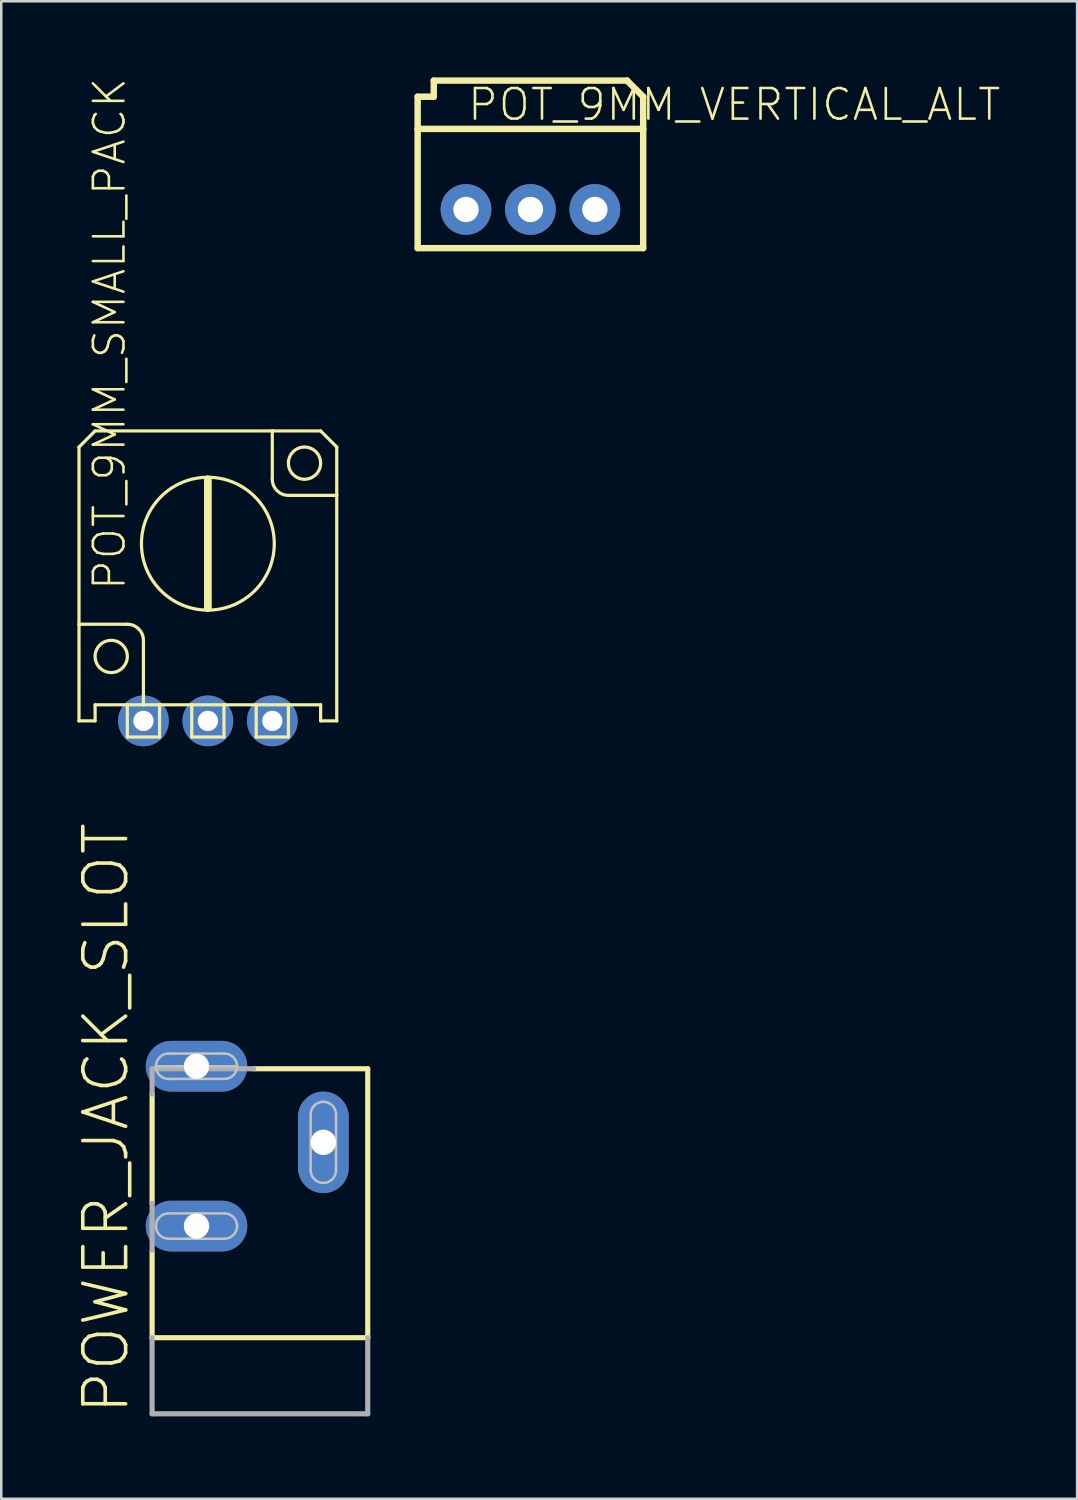
<source format=kicad_pcb>
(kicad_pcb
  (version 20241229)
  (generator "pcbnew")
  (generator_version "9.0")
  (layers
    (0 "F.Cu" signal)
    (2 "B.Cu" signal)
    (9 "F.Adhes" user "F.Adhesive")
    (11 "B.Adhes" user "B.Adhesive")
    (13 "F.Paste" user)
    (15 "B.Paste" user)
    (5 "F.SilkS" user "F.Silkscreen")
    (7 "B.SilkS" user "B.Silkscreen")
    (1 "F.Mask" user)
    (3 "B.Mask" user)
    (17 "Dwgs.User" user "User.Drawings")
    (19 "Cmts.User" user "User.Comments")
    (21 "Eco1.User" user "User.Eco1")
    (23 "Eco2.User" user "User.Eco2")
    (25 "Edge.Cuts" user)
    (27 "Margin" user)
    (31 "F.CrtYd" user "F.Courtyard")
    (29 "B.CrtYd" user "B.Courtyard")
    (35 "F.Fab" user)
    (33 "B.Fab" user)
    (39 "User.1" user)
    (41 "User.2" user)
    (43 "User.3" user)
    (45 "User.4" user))
  (footprint "POT_9MM_SMALL_PACK"
    (layer "F.Cu")
    (at 5.144 21.557)
    (property "Reference" "POT_9MM_SMALL_PACK" (at -3.175 -1.27 90) (layer "F.SilkS") (effects (font (size 1.206 1.206) (thickness 0.102)) (justify left bottom)))
    (attr through_hole)
    (fp_line (start -5.08 -6.985) (end -4.445 -7.62) (stroke (width 0.127) (type solid)) (layer "F.SilkS"))
    (fp_line (start -5.08 0) (end -5.08 -6.985) (stroke (width 0.127) (type solid)) (layer "F.SilkS"))
    (fp_line (start -5.08 0) (end -3.175 0) (stroke (width 0.127) (type solid)) (layer "F.SilkS"))
    (fp_line (start -5.08 3.81) (end -5.08 0) (stroke (width 0.127) (type solid)) (layer "F.SilkS"))
    (fp_line (start -5.08 3.81) (end -4.445 3.81) (stroke (width 0.127) (type solid)) (layer "F.SilkS"))
    (fp_line (start -4.445 -7.62) (end 2.54 -7.62) (stroke (width 0.127) (type solid)) (layer "F.SilkS"))
    (fp_line (start -4.445 3.81) (end -4.445 3.175) (stroke (width 0.127) (type solid)) (layer "F.SilkS"))
    (fp_line (start -3.175 3.175) (end -4.445 3.175) (stroke (width 0.127) (type solid)) (layer "F.SilkS"))
    (fp_line (start -3.175 3.175) (end -3.175 4.445) (stroke (width 0.127) (type solid)) (layer "F.SilkS"))
    (fp_line (start -3.175 4.445) (end -1.905 4.445) (stroke (width 0.127) (type solid)) (layer "F.SilkS"))
    (fp_line (start -2.54 0.635) (end -2.54 3.175) (stroke (width 0.127) (type solid)) (layer "F.SilkS"))
    (fp_line (start -2.54 3.175) (end -3.175 3.175) (stroke (width 0.127) (type solid)) (layer "F.SilkS"))
    (fp_line (start -1.905 3.175) (end -2.54 3.175) (stroke (width 0.127) (type solid)) (layer "F.SilkS"))
    (fp_line (start -1.905 4.445) (end -1.905 3.175) (stroke (width 0.127) (type solid)) (layer "F.SilkS"))
    (fp_line (start -0.635 3.175) (end -1.905 3.175) (stroke (width 0.127) (type solid)) (layer "F.SilkS"))
    (fp_line (start -0.635 3.175) (end -0.635 4.445) (stroke (width 0.127) (type solid)) (layer "F.SilkS"))
    (fp_line (start -0.635 4.445) (end 0.635 4.445) (stroke (width 0.127) (type solid)) (layer "F.SilkS"))
    (fp_line (start 0 -5.715) (end 0 -0.635) (stroke (width 0.305) (type solid)) (layer "F.SilkS"))
    (fp_line (start 0.635 3.175) (end -0.635 3.175) (stroke (width 0.127) (type solid)) (layer "F.SilkS"))
    (fp_line (start 0.635 4.445) (end 0.635 3.175) (stroke (width 0.127) (type solid)) (layer "F.SilkS"))
    (fp_line (start 1.905 3.175) (end 0.635 3.175) (stroke (width 0.127) (type solid)) (layer "F.SilkS"))
    (fp_line (start 1.905 3.175) (end 1.905 4.445) (stroke (width 0.127) (type solid)) (layer "F.SilkS"))
    (fp_line (start 1.905 4.445) (end 3.175 4.445) (stroke (width 0.127) (type solid)) (layer "F.SilkS"))
    (fp_line (start 2.54 -7.62) (end 2.54 -5.715) (stroke (width 0.127) (type solid)) (layer "F.SilkS"))
    (fp_line (start 2.54 -7.62) (end 4.445 -7.62) (stroke (width 0.127) (type solid)) (layer "F.SilkS"))
    (fp_line (start 3.175 -5.08) (end 5.08 -5.08) (stroke (width 0.127) (type solid)) (layer "F.SilkS"))
    (fp_line (start 3.175 3.175) (end 1.905 3.175) (stroke (width 0.127) (type solid)) (layer "F.SilkS"))
    (fp_line (start 3.175 4.445) (end 3.175 3.175) (stroke (width 0.127) (type solid)) (layer "F.SilkS"))
    (fp_line (start 4.445 -7.62) (end 5.08 -6.985) (stroke (width 0.127) (type solid)) (layer "F.SilkS"))
    (fp_line (start 4.445 3.175) (end 3.175 3.175) (stroke (width 0.127) (type solid)) (layer "F.SilkS"))
    (fp_line (start 4.445 3.175) (end 4.445 3.81) (stroke (width 0.127) (type solid)) (layer "F.SilkS"))
    (fp_line (start 4.445 3.81) (end 5.08 3.81) (stroke (width 0.127) (type solid)) (layer "F.SilkS"))
    (fp_line (start 5.08 -6.985) (end 5.08 -5.08) (stroke (width 0.127) (type solid)) (layer "F.SilkS"))
    (fp_line (start 5.08 -5.08) (end 5.08 3.81) (stroke (width 0.127) (type solid)) (layer "F.SilkS"))
    (fp_arc (start -3.175 0) (mid -2.725987 0.185987) (end -2.54 0.635) (stroke (width 0.127) (type solid)) (layer "F.SilkS"))
    (fp_arc (start 3.175 -5.08) (mid 2.725987 -5.265987) (end 2.54 -5.715) (stroke (width 0.127) (type solid)) (layer "F.SilkS"))
    (fp_circle (center -3.81 1.27) (end -3.175 1.27) (stroke (width 0.127) (type solid)) (fill no) (layer "F.SilkS"))
    (fp_circle (center 0 -3.175) (end 2.618 -3.175) (stroke (width 0.127) (type solid)) (fill no) (layer "F.SilkS"))
    (fp_circle (center 3.81 -6.35) (end 4.445 -6.35) (stroke (width 0.127) (type solid)) (fill no) (layer "F.SilkS"))
    (pad "P$1" thru_hole circle (at 2.54 3.81) (size 2 2) (drill 0.8) (layers "*.Cu" "*.Mask"))
    (pad "P$2" thru_hole circle (at 0 3.81) (size 2 2) (drill 0.8) (layers "*.Cu" "*.Mask"))
    (pad "P$3" thru_hole circle (at -2.54 3.81) (size 2 2) (drill 0.8) (layers "*.Cu" "*.Mask")))
  (footprint "POT_9MM_VERTICAL_ALT"
    (layer "F.Cu")
    (at 17.859 2.032)
    (property "Reference" "POT_9MM_VERTICAL_ALT" (at -2.54 -0.254 0) (layer "F.SilkS") (effects (font (size 1.206 1.206) (thickness 0.102)) (justify left bottom)))
    (attr through_hole)
    (fp_line (start -4.445 -1.27) (end -4.445 0) (stroke (width 0.254) (type solid)) (layer "F.SilkS"))
    (fp_line (start -4.445 -1.27) (end -3.81 -1.27) (stroke (width 0.254) (type solid)) (layer "F.SilkS"))
    (fp_line (start -4.445 0) (end -4.445 4.699) (stroke (width 0.254) (type solid)) (layer "F.SilkS"))
    (fp_line (start -4.445 0) (end 4.445 0) (stroke (width 0.254) (type solid)) (layer "F.SilkS"))
    (fp_line (start -3.81 -1.27) (end -3.81 -1.905) (stroke (width 0.254) (type solid)) (layer "F.SilkS"))
    (fp_line (start 3.81 -1.905) (end -3.81 -1.905) (stroke (width 0.254) (type solid)) (layer "F.SilkS"))
    (fp_line (start 3.81 -1.905) (end 4.445 -1.27) (stroke (width 0.254) (type solid)) (layer "F.SilkS"))
    (fp_line (start 4.445 -1.27) (end 4.445 0) (stroke (width 0.254) (type solid)) (layer "F.SilkS"))
    (fp_line (start 4.445 0) (end 4.445 4.699) (stroke (width 0.254) (type solid)) (layer "F.SilkS"))
    (fp_line (start 4.445 4.699) (end -4.445 4.699) (stroke (width 0.254) (type solid)) (layer "F.SilkS"))
    (pad "1" thru_hole circle (at 2.54 3.175) (size 2 2) (drill 1) (layers "*.Cu" "*.Mask"))
    (pad "2" thru_hole circle (at 0 3.175) (size 2 2) (drill 1) (layers "*.Cu" "*.Mask"))
    (pad "3" thru_hole circle (at -2.54 3.175) (size 2 2) (drill 1) (layers "*.Cu" "*.Mask")))
  (footprint "POWER_JACK_SLOT"
    (layer "F.Cu")
    (at 2.116 52.781)
    (property "Reference" "POWER_JACK_SLOT" (at 0 0 90) (layer "F.SilkS") (effects (font (size 1.689 1.689) (thickness 0.142)) (justify left bottom)))
    (attr through_hole)
    (fp_line (start 0.83 -12.7) (end 0.83 -8.4) (stroke (width 0.203) (type solid)) (layer "F.SilkS"))
    (fp_line (start 0.83 -6.51) (end 0.83 -3.1) (stroke (width 0.203) (type solid)) (layer "F.SilkS"))
    (fp_line (start 0.83 -3.1) (end 9.33 -3.1) (stroke (width 0.203) (type solid)) (layer "F.SilkS"))
    (fp_line (start 9.33 -13.7) (end 4.83 -13.7) (stroke (width 0.203) (type solid)) (layer "F.SilkS"))
    (fp_line (start 9.33 -3.1) (end 9.28 -3.1) (stroke (width 0.203) (type solid)) (layer "F.SilkS"))
    (fp_line (start 9.33 -3.1) (end 9.33 -13.7) (stroke (width 0.203) (type solid)) (layer "F.SilkS"))
    (fp_line (start 0.98 -13.8) (end 4.18 -13.8) (stroke (width 0.1) (type solid)) (layer "Dwgs.User"))
    (fp_line (start 1.48 -14.3) (end 3.68 -14.3) (stroke (width 0.1) (type solid)) (layer "Dwgs.User"))
    (fp_line (start 1.48 -8) (end 3.68 -8) (stroke (width 0.1) (type solid)) (layer "Dwgs.User"))
    (fp_line (start 3.68 -13.3) (end 1.48 -13.3) (stroke (width 0.1) (type solid)) (layer "Dwgs.User"))
    (fp_line (start 3.68 -7) (end 1.48 -7) (stroke (width 0.1) (type solid)) (layer "Dwgs.User"))
    (fp_line (start 7.08 -9.7) (end 7.08 -11.9) (stroke (width 0.1) (type solid)) (layer "Dwgs.User"))
    (fp_line (start 8.08 -11.9) (end 8.08 -9.7) (stroke (width 0.1) (type solid)) (layer "Dwgs.User"))
    (fp_arc (start 0.98 -13.8) (mid 1.126447 -14.153553) (end 1.48 -14.3) (stroke (width 0.1) (type solid)) (layer "Dwgs.User"))
    (fp_arc (start 0.98 -7.5) (mid 1.126447 -7.853553) (end 1.48 -8) (stroke (width 0.1) (type solid)) (layer "Dwgs.User"))
    (fp_arc (start 1.48 -13.3) (mid 1.126447 -13.446447) (end 0.98 -13.8) (stroke (width 0.1) (type solid)) (layer "Dwgs.User"))
    (fp_arc (start 1.48 -7) (mid 1.126447 -7.146447) (end 0.98 -7.5) (stroke (width 0.1) (type solid)) (layer "Dwgs.User"))
    (fp_arc (start 3.68 -14.3) (mid 4.033553 -14.153553) (end 4.18 -13.8) (stroke (width 0.1) (type solid)) (layer "Dwgs.User"))
    (fp_arc (start 3.68 -8) (mid 4.033553 -7.853553) (end 4.18 -7.5) (stroke (width 0.1) (type solid)) (layer "Dwgs.User"))
    (fp_arc (start 4.18 -13.8) (mid 4.033553 -13.446447) (end 3.68 -13.3) (stroke (width 0.1) (type solid)) (layer "Dwgs.User"))
    (fp_arc (start 4.18 -7.5) (mid 4.033553 -7.146447) (end 3.68 -7) (stroke (width 0.1) (type solid)) (layer "Dwgs.User"))
    (fp_arc (start 7.08 -11.9) (mid 7.226447 -12.253553) (end 7.58 -12.4) (stroke (width 0.1) (type solid)) (layer "Dwgs.User"))
    (fp_arc (start 7.58 -12.4) (mid 7.933553 -12.253553) (end 8.08 -11.9) (stroke (width 0.1) (type solid)) (layer "Dwgs.User"))
    (fp_arc (start 7.58 -9.2) (mid 7.226447 -9.346447) (end 7.08 -9.7) (stroke (width 0.1) (type solid)) (layer "Dwgs.User"))
    (fp_arc (start 8.08 -9.7) (mid 7.933553 -9.346447) (end 7.58 -9.2) (stroke (width 0.1) (type solid)) (layer "Dwgs.User"))
    (fp_line (start 0.83 -13.7) (end 0.83 -12.7) (stroke (width 0.203) (type solid)) (layer "F.Fab"))
    (fp_line (start 0.83 -8.4) (end 0.83 -6.55) (stroke (width 0.203) (type solid)) (layer "F.Fab"))
    (fp_line (start 0.83 -3.1) (end 0.83 -0.1) (stroke (width 0.203) (type solid)) (layer "F.Fab"))
    (fp_line (start 4.83 -13.7) (end 0.83 -13.7) (stroke (width 0.203) (type solid)) (layer "F.Fab"))
    (fp_line (start 9.33 -0.1) (end 0.83 -0.1) (stroke (width 0.203) (type solid)) (layer "F.Fab"))
    (fp_line (start 9.33 -0.1) (end 9.33 -3.1) (stroke (width 0.203) (type solid)) (layer "F.Fab"))
    (pad "GND@1" thru_hole oval (at 2.58 -7.5) (size 4 2) (drill 1) (layers "*.Cu" "*.Mask"))
    (pad "GND@2" thru_hole oval (at 7.58 -10.8 90) (size 4 2) (drill 1) (layers "*.Cu" "*.Mask"))
    (pad "PWR" thru_hole oval (at 2.58 -13.8) (size 4 2) (drill 1) (layers "*.Cu" "*.Mask")))
  (gr_rect
    (start -3 -3)
    (end 39.41 56.031)
    (stroke (width 0.1) (type default))
    (fill no)
    (layer "Edge.Cuts")))
</source>
